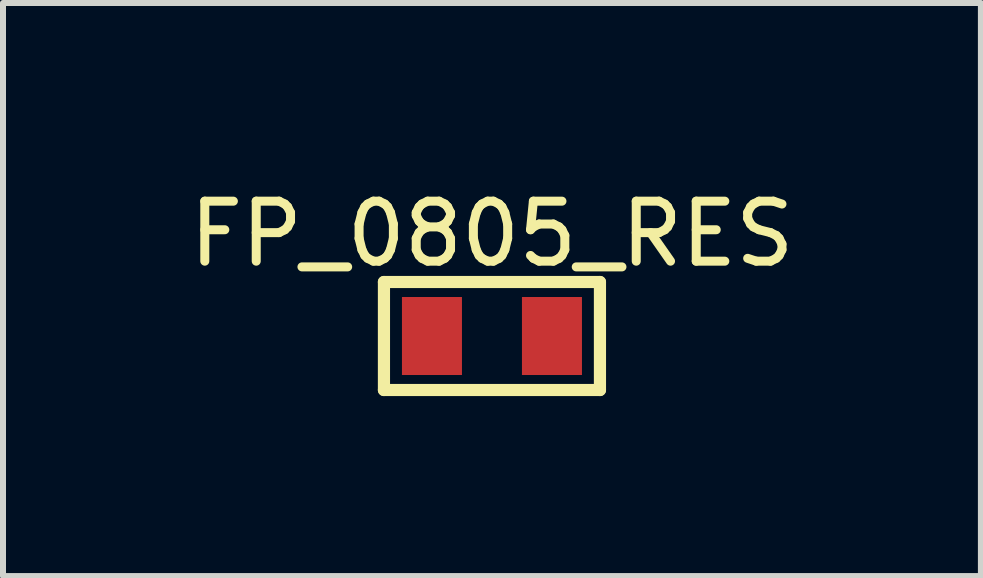
<source format=kicad_pcb>
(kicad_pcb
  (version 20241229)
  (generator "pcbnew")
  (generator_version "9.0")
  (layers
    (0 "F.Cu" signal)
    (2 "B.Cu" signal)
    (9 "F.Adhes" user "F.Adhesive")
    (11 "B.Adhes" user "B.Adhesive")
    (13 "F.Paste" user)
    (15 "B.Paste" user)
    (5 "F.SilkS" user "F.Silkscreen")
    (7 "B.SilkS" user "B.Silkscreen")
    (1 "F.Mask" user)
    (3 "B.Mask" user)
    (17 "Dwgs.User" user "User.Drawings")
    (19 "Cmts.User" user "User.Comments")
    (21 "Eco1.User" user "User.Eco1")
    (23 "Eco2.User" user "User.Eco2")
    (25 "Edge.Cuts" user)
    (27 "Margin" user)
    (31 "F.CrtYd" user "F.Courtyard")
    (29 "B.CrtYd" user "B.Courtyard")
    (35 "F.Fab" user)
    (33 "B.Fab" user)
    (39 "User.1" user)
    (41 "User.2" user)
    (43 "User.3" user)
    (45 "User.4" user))
  (footprint "FP_0805_RES"
    (layer "F.Cu")
    (at 5.149 2.55)
    (property "Reference" "FP_0805_RES" (at -0.000005 -1.702 0) (layer "F.SilkS") (effects (font (size 1 1) (thickness 0.15))))
    (fp_line (start -1.8 -0.9) (end 1.8 -0.9) (stroke (width 0.203) (type solid)) (layer "F.SilkS"))
    (fp_line (start -1.8 0.9) (end -1.8 -0.9) (stroke (width 0.203) (type solid)) (layer "F.SilkS"))
    (fp_line (start -1.8 0.9) (end 1.8 0.9) (stroke (width 0.203) (type solid)) (layer "F.SilkS"))
    (fp_line (start 1.8 0.9) (end 1.8 -0.9) (stroke (width 0.203) (type solid)) (layer "F.SilkS"))
    (pad "1" smd rect (at -1 0) (size 1 1.3) (layers "F.Cu" "F.Mask" "F.Paste"))
    (pad "2" smd rect (at 1 0) (size 1 1.3) (layers "F.Cu" "F.Mask" "F.Paste")))
  (gr_rect
    (start -3 -3)
    (end 13.298 6.551)
    (stroke (width 0.1) (type default))
    (fill no)
    (layer "Edge.Cuts")))
</source>
